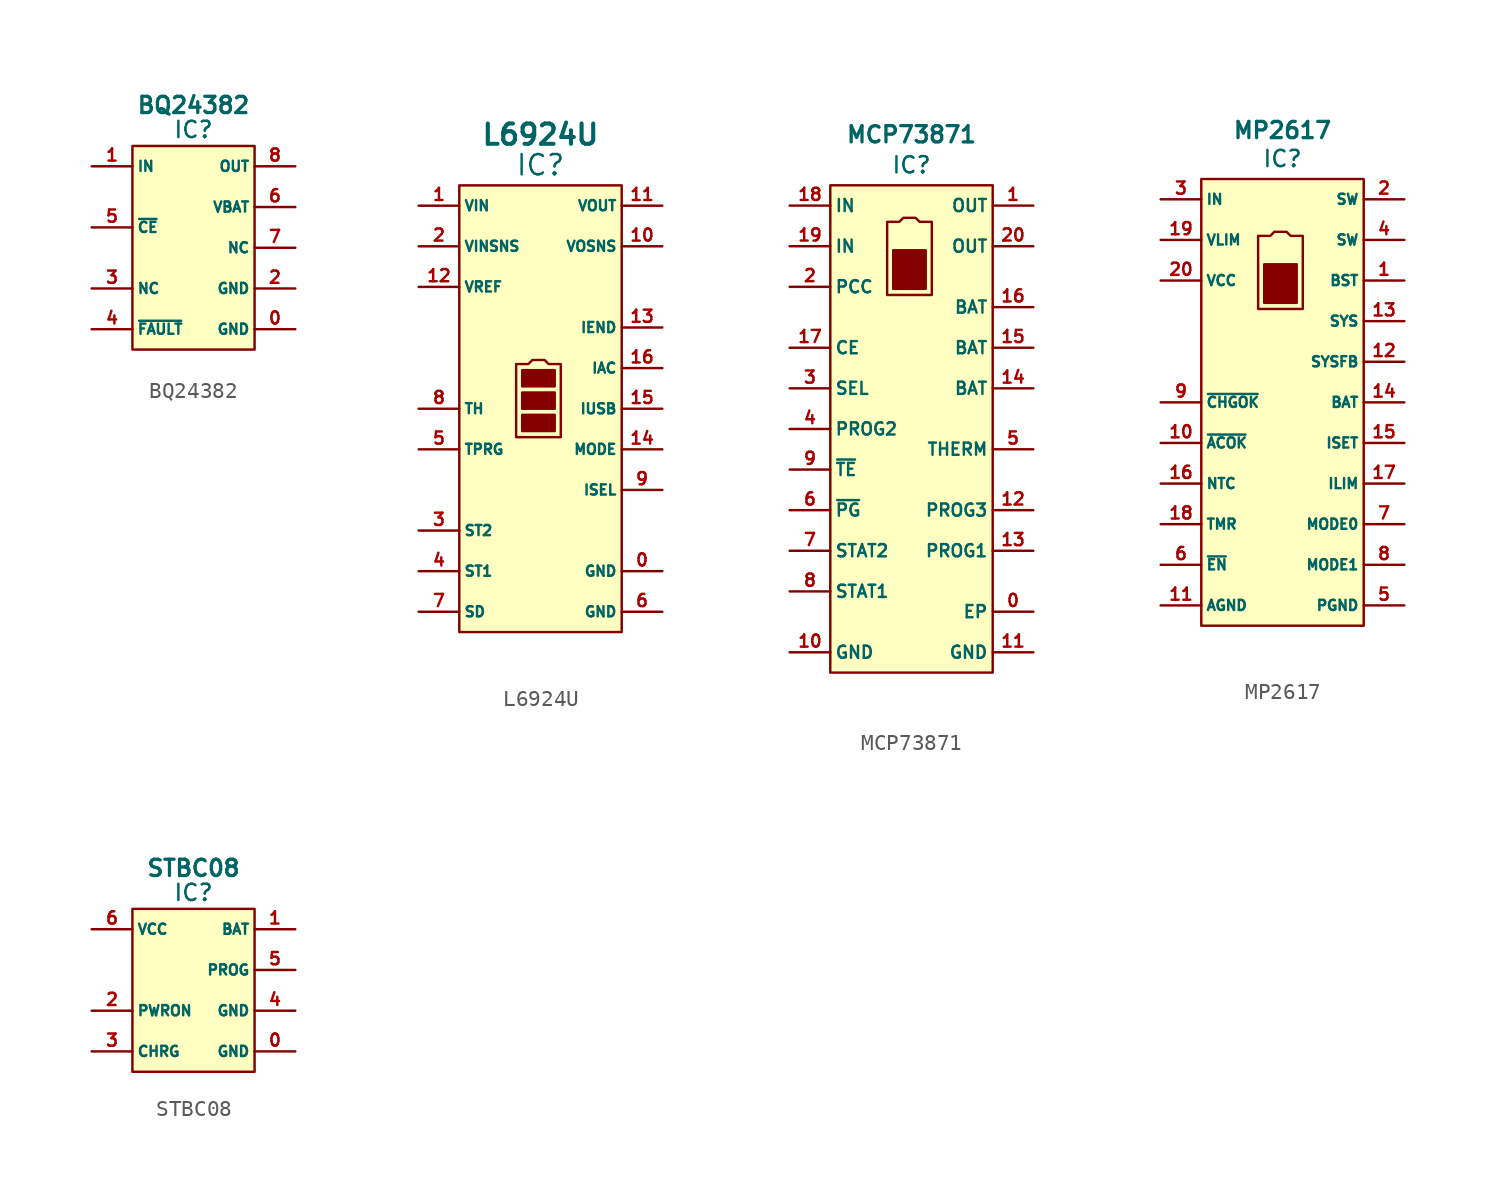
<source format=kicad_sym>
(kicad_symbol_lib
  (version 20231120)
  (generator "kicad_symbol_editor")
  (generator_version "8.0")
  (symbol "BQ24382"
    (pin_names
      (offset 0.254))
    (property "Reference" "IC"
      (at 0 7.366 0)
      (effects (font (size 1.016 1.016))))
    (property "Value" "BQ24382"
      (at 0 8.89 0)
      (effects (font (size 1.016 1.016) (bold yes))))
    (symbol "BQ24382_0_1"
      (polyline (pts (xy -3.81 6.35) (xy 3.81 6.35) (xy 3.81 -6.35) (xy -3.81 -6.35) (xy -3.81 6.35)) (stroke (width 0) (type solid)) (fill (type background))))
    (symbol "BQ24382_1_1"
      (pin power_in line (at 6.35 -5.08 180) (length 2.54) (name "GND" (effects (font (size 0.635 0.635)))) (number "0" (effects (font (size 0.762 0.762)))))
      (pin power_in line (at -6.35 5.08 0) (length 2.54) (name "IN" (effects (font (size 0.635 0.635)))) (number "1" (effects (font (size 0.762 0.762)))))
      (pin power_in line (at 6.35 -2.54 180) (length 2.54) (name "GND" (effects (font (size 0.635 0.635)))) (number "2" (effects (font (size 0.762 0.762)))))
      (pin passive line (at -6.35 -2.54 0) (length 2.54) (name "NC" (effects (font (size 0.635 0.635)))) (number "3" (effects (font (size 0.762 0.762)))))
      (pin output line (at -6.35 -5.08 0) (length 2.54) (name "~{FAULT}" (effects (font (size 0.635 0.635)))) (number "4" (effects (font (size 0.762 0.762)))))
      (pin input line (at -6.35 1.27 0) (length 2.54) (name "~{CE}" (effects (font (size 0.635 0.635)))) (number "5" (effects (font (size 0.762 0.762)))))
      (pin input line (at 6.35 2.54 180) (length 2.54) (name "VBAT" (effects (font (size 0.635 0.635)))) (number "6" (effects (font (size 0.762 0.762)))))
      (pin passive line (at 6.35 0 180) (length 2.54) (name "NC" (effects (font (size 0.635 0.635)))) (number "7" (effects (font (size 0.762 0.762)))))
      (pin power_out line (at 6.35 5.08 180) (length 2.54) (name "OUT" (effects (font (size 0.635 0.635)))) (number "8" (effects (font (size 0.762 0.762)))))))
  (symbol "L6924U"
    (pin_names
      (offset 0.254))
    (property "Reference" "IC"
      (at 0 15.24 0)
      (effects (font (size 1.27 1.27))))
    (property "Value" "L6924U"
      (at 0 17.145 0)
      (effects (font (size 1.27 1.27) (bold yes))))
    (symbol "L6924U_0_1"
      (rectangle (start -5.08 13.97) (end 5.08 -13.97) (stroke (width 0) (type solid)) (fill (type background))))
    (symbol "L6924U_1_1"
      (rectangle (start -1.143 -1.397) (end 0.889 -0.381) (stroke (width 0) (type solid)) (fill (type outline)))
      (rectangle (start -1.143 0) (end 0.889 1.016) (stroke (width 0) (type solid)) (fill (type outline)))
      (rectangle (start -1.143 1.397) (end 0.889 2.413) (stroke (width 0) (type solid)) (fill (type outline)))
      (polyline (pts (xy -1.524 -1.778) (xy -1.524 2.794) (xy -0.762 2.794) (xy -0.508 3.048) (xy 0.254 3.048) (xy 0.508 2.794) (xy 1.27 2.794) (xy 1.27 -1.778) (xy -1.524 -1.778)) (stroke (width 0) (type solid)) (fill (type none)))
      (pin power_in line (at 7.62 -10.16 180) (length 2.54) (name "GND" (effects (font (size 0.635 0.635)))) (number "0" (effects (font (size 0.762 0.762)))))
      (pin input line (at -7.62 12.7 0) (length 2.54) (name "VIN" (effects (font (size 0.635 0.635)))) (number "1" (effects (font (size 0.762 0.762)))))
      (pin passive line (at 7.62 10.16 180) (length 2.54) (name "VOSNS" (effects (font (size 0.635 0.635)))) (number "10" (effects (font (size 0.762 0.762)))))
      (pin power_out line (at 7.62 12.7 180) (length 2.54) (name "VOUT" (effects (font (size 0.635 0.635)))) (number "11" (effects (font (size 0.762 0.762)))))
      (pin power_out line (at -7.62 7.62 0) (length 2.54) (name "VREF" (effects (font (size 0.635 0.635)))) (number "12" (effects (font (size 0.762 0.762)))))
      (pin input line (at 7.62 5.08 180) (length 2.54) (name "IEND" (effects (font (size 0.635 0.635)))) (number "13" (effects (font (size 0.762 0.762)))))
      (pin input line (at 7.62 -2.54 180) (length 2.54) (name "MODE" (effects (font (size 0.635 0.635)))) (number "14" (effects (font (size 0.762 0.762)))))
      (pin input line (at 7.62 0 180) (length 2.54) (name "IUSB" (effects (font (size 0.635 0.635)))) (number "15" (effects (font (size 0.762 0.762)))))
      (pin passive line (at 7.62 2.54 180) (length 2.54) (name "IAC" (effects (font (size 0.635 0.635)))) (number "16" (effects (font (size 0.762 0.762)))))
      (pin passive line (at -7.62 10.16 0) (length 2.54) (name "VINSNS" (effects (font (size 0.635 0.635)))) (number "2" (effects (font (size 0.762 0.762)))))
      (pin output line (at -7.62 -7.62 0) (length 2.54) (name "ST2" (effects (font (size 0.635 0.635)))) (number "3" (effects (font (size 0.762 0.762)))))
      (pin output line (at -7.62 -10.16 0) (length 2.54) (name "ST1" (effects (font (size 0.635 0.635)))) (number "4" (effects (font (size 0.762 0.762)))))
      (pin passive line (at -7.62 -2.54 0) (length 2.54) (name "TPRG" (effects (font (size 0.635 0.635)))) (number "5" (effects (font (size 0.762 0.762)))))
      (pin power_in line (at 7.62 -12.7 180) (length 2.54) (name "GND" (effects (font (size 0.635 0.635)))) (number "6" (effects (font (size 0.762 0.762)))))
      (pin input line (at -7.62 -12.7 0) (length 2.54) (name "SD" (effects (font (size 0.635 0.635)))) (number "7" (effects (font (size 0.762 0.762)))))
      (pin input line (at -7.62 0 0) (length 2.54) (name "TH" (effects (font (size 0.635 0.635)))) (number "8" (effects (font (size 0.762 0.762)))))
      (pin input line (at 7.62 -5.08 180) (length 2.54) (name "ISEL" (effects (font (size 0.635 0.635)))) (number "9" (effects (font (size 0.762 0.762)))))))
  (symbol "MCP73871"
    (pin_names
      (offset 0.254))
    (property "Reference" "IC"
      (at 0 16.51 0)
      (effects (font (size 1.016 1.016))))
    (property "Value" "MCP73871"
      (at 0 18.415 0)
      (effects (font (size 1.016 1.016) (bold yes))))
    (symbol "MCP73871_0_1"
      (rectangle (start -5.08 15.24) (end 5.08 -15.24) (stroke (width 0) (type solid)) (fill (type background)))
      (rectangle (start -1.143 11.176) (end 0.889 8.763) (stroke (width 0) (type solid)) (fill (type outline)))
      (polyline (pts (xy -1.524 8.382) (xy -1.524 12.954) (xy -0.762 12.954) (xy -0.508 13.208) (xy 0.254 13.208) (xy 0.508 12.954) (xy 1.27 12.954) (xy 1.27 8.382) (xy -1.524 8.382)) (stroke (width 0) (type solid)) (fill (type none))))
    (symbol "MCP73871_1_1"
      (pin passive line (at 7.62 -11.43 180) (length 2.54) (name "EP" (effects (font (size 0.762 0.762)))) (number "0" (effects (font (size 0.762 0.762)))))
      (pin passive line (at 7.62 13.97 180) (length 2.54) (name "OUT" (effects (font (size 0.762 0.762)))) (number "1" (effects (font (size 0.762 0.762)))))
      (pin power_in line (at -7.62 -13.97 0) (length 2.54) (name "GND" (effects (font (size 0.762 0.762)))) (number "10" (effects (font (size 0.762 0.762)))))
      (pin power_in line (at 7.62 -13.97 180) (length 2.54) (name "GND" (effects (font (size 0.762 0.762)))) (number "11" (effects (font (size 0.762 0.762)))))
      (pin passive line (at 7.62 -5.08 180) (length 2.54) (name "PROG3" (effects (font (size 0.762 0.762)))) (number "12" (effects (font (size 0.762 0.762)))))
      (pin passive line (at 7.62 -7.62 180) (length 2.54) (name "PROG1" (effects (font (size 0.762 0.762)))) (number "13" (effects (font (size 0.762 0.762)))))
      (pin passive line (at 7.62 2.54 180) (length 2.54) (name "BAT" (effects (font (size 0.762 0.762)))) (number "14" (effects (font (size 0.762 0.762)))))
      (pin passive line (at 7.62 5.08 180) (length 2.54) (name "BAT" (effects (font (size 0.762 0.762)))) (number "15" (effects (font (size 0.762 0.762)))))
      (pin passive line (at 7.62 7.62 180) (length 2.54) (name "BAT" (effects (font (size 0.762 0.762)))) (number "16" (effects (font (size 0.762 0.762)))))
      (pin passive line (at -7.62 5.08 0) (length 2.54) (name "CE" (effects (font (size 0.762 0.762)))) (number "17" (effects (font (size 0.762 0.762)))))
      (pin power_in line (at -7.62 13.97 0) (length 2.54) (name "IN" (effects (font (size 0.762 0.762)))) (number "18" (effects (font (size 0.762 0.762)))))
      (pin power_in line (at -7.62 11.43 0) (length 2.54) (name "IN" (effects (font (size 0.762 0.762)))) (number "19" (effects (font (size 0.762 0.762)))))
      (pin passive line (at -7.62 8.89 0) (length 2.54) (name "PCC" (effects (font (size 0.762 0.762)))) (number "2" (effects (font (size 0.762 0.762)))))
      (pin passive line (at 7.62 11.43 180) (length 2.54) (name "OUT" (effects (font (size 0.762 0.762)))) (number "20" (effects (font (size 0.762 0.762)))))
      (pin passive line (at -7.62 2.54 0) (length 2.54) (name "SEL" (effects (font (size 0.762 0.762)))) (number "3" (effects (font (size 0.762 0.762)))))
      (pin passive line (at -7.62 0 0) (length 2.54) (name "PROG2" (effects (font (size 0.762 0.762)))) (number "4" (effects (font (size 0.762 0.762)))))
      (pin passive line (at 7.62 -1.27 180) (length 2.54) (name "THERM" (effects (font (size 0.762 0.762)))) (number "5" (effects (font (size 0.762 0.762)))))
      (pin passive line (at -7.62 -5.08 0) (length 2.54) (name "~{PG}" (effects (font (size 0.762 0.762)))) (number "6" (effects (font (size 0.762 0.762)))))
      (pin passive line (at -7.62 -7.62 0) (length 2.54) (name "STAT2" (effects (font (size 0.762 0.762)))) (number "7" (effects (font (size 0.762 0.762)))))
      (pin passive line (at -7.62 -10.16 0) (length 2.54) (name "STAT1" (effects (font (size 0.762 0.762)))) (number "8" (effects (font (size 0.762 0.762)))))
      (pin passive line (at -7.62 -2.54 0) (length 2.54) (name "~{TE}" (effects (font (size 0.762 0.762)))) (number "9" (effects (font (size 0.762 0.762)))))))
  (symbol "MP2617"
    (pin_names
      (offset 0.254))
    (property "Reference" "IC"
      (at 0 13.97 0)
      (effects (font (size 1.016 1.016))))
    (property "Value" "MP2617"
      (at 0 15.748 0)
      (effects (font (size 1.016 1.016) (bold yes))))
    (symbol "MP2617_0_1"
      (rectangle (start -5.08 12.7) (end 5.08 -15.24) (stroke (width 0) (type solid)) (fill (type background)))
      (rectangle (start -1.143 7.366) (end 0.889 4.953) (stroke (width 0) (type solid)) (fill (type outline)))
      (polyline (pts (xy -1.524 4.572) (xy -1.524 9.144) (xy -0.762 9.144) (xy -0.508 9.398) (xy 0.254 9.398) (xy 0.508 9.144) (xy 1.27 9.144) (xy 1.27 4.572) (xy -1.524 4.572)) (stroke (width 0) (type solid)) (fill (type none))))
    (symbol "MP2617_1_1"
      (pin passive line (at 7.62 6.35 180) (length 2.54) (name "BST" (effects (font (size 0.635 0.635)))) (number "1" (effects (font (size 0.762 0.762)))))
      (pin output line (at -7.62 -3.81 0) (length 2.54) (name "~{ACOK}" (effects (font (size 0.635 0.635)))) (number "10" (effects (font (size 0.762 0.762)))))
      (pin power_in line (at -7.62 -13.97 0) (length 2.54) (name "AGND" (effects (font (size 0.635 0.635)))) (number "11" (effects (font (size 0.762 0.762)))))
      (pin input line (at 7.62 1.27 180) (length 2.54) (name "SYSFB" (effects (font (size 0.635 0.635)))) (number "12" (effects (font (size 0.762 0.762)))))
      (pin input line (at 7.62 3.81 180) (length 2.54) (name "SYS" (effects (font (size 0.635 0.635)))) (number "13" (effects (font (size 0.762 0.762)))))
      (pin passive line (at 7.62 -1.27 180) (length 2.54) (name "BAT" (effects (font (size 0.635 0.635)))) (number "14" (effects (font (size 0.762 0.762)))))
      (pin input line (at 7.62 -3.81 180) (length 2.54) (name "ISET" (effects (font (size 0.635 0.635)))) (number "15" (effects (font (size 0.762 0.762)))))
      (pin input line (at -7.62 -6.35 0) (length 2.54) (name "NTC" (effects (font (size 0.635 0.635)))) (number "16" (effects (font (size 0.762 0.762)))))
      (pin input line (at 7.62 -6.35 180) (length 2.54) (name "ILIM" (effects (font (size 0.635 0.635)))) (number "17" (effects (font (size 0.762 0.762)))))
      (pin passive line (at -7.62 -8.89 0) (length 2.54) (name "TMR" (effects (font (size 0.635 0.635)))) (number "18" (effects (font (size 0.762 0.762)))))
      (pin input line (at -7.62 8.89 0) (length 2.54) (name "VLIM" (effects (font (size 0.635 0.635)))) (number "19" (effects (font (size 0.762 0.762)))))
      (pin power_out line (at 7.62 11.43 180) (length 2.54) (name "SW" (effects (font (size 0.635 0.635)))) (number "2" (effects (font (size 0.762 0.762)))))
      (pin power_out line (at -7.62 6.35 0) (length 2.54) (name "VCC" (effects (font (size 0.635 0.635)))) (number "20" (effects (font (size 0.762 0.762)))))
      (pin power_in line (at -7.62 11.43 0) (length 2.54) (name "IN" (effects (font (size 0.635 0.635)))) (number "3" (effects (font (size 0.762 0.762)))))
      (pin passive line (at 7.62 8.89 180) (length 2.54) (name "SW" (effects (font (size 0.635 0.635)))) (number "4" (effects (font (size 0.762 0.762)))))
      (pin power_in line (at 7.62 -13.97 180) (length 2.54) (name "PGND" (effects (font (size 0.635 0.635)))) (number "5" (effects (font (size 0.762 0.762)))))
      (pin input line (at -7.62 -11.43 0) (length 2.54) (name "~{EN}" (effects (font (size 0.635 0.635)))) (number "6" (effects (font (size 0.762 0.762)))))
      (pin input line (at 7.62 -8.89 180) (length 2.54) (name "MODE0" (effects (font (size 0.635 0.635)))) (number "7" (effects (font (size 0.762 0.762)))))
      (pin input line (at 7.62 -11.43 180) (length 2.54) (name "MODE1" (effects (font (size 0.635 0.635)))) (number "8" (effects (font (size 0.762 0.762)))))
      (pin output line (at -7.62 -1.27 0) (length 2.54) (name "~{CHGOK}" (effects (font (size 0.635 0.635)))) (number "9" (effects (font (size 0.762 0.762)))))))
  (symbol "STBC08"
    (pin_names
      (offset 0.254))
    (property "Reference" "IC"
      (at 0 6.096 0)
      (effects (font (size 1.016 1.016))))
    (property "Value" "STBC08"
      (at 0 7.62 0)
      (effects (font (size 1.016 1.016) (bold yes))))
    (symbol "STBC08_0_1"
      (polyline (pts (xy -3.81 5.08) (xy 3.81 5.08) (xy 3.81 -5.08) (xy -3.81 -5.08) (xy -3.81 5.08)) (stroke (width 0) (type solid)) (fill (type background))))
    (symbol "STBC08_1_1"
      (pin input line (at 6.35 -3.81 180) (length 2.54) (name "GND" (effects (font (size 0.635 0.635)))) (number "0" (effects (font (size 0.762 0.762)))))
      (pin power_out line (at 6.35 3.81 180) (length 2.54) (name "BAT" (effects (font (size 0.635 0.635)))) (number "1" (effects (font (size 0.762 0.762)))))
      (pin output line (at -6.35 -1.27 0) (length 2.54) (name "PWRON" (effects (font (size 0.635 0.635)))) (number "2" (effects (font (size 0.762 0.762)))))
      (pin output line (at -6.35 -3.81 0) (length 2.54) (name "CHRG" (effects (font (size 0.635 0.635)))) (number "3" (effects (font (size 0.762 0.762)))))
      (pin input line (at 6.35 -1.27 180) (length 2.54) (name "GND" (effects (font (size 0.635 0.635)))) (number "4" (effects (font (size 0.762 0.762)))))
      (pin input line (at 6.35 1.27 180) (length 2.54) (name "PROG" (effects (font (size 0.635 0.635)))) (number "5" (effects (font (size 0.762 0.762)))))
      (pin power_in line (at -6.35 3.81 0) (length 2.54) (name "VCC" (effects (font (size 0.635 0.635)))) (number "6" (effects (font (size 0.762 0.762))))))))
</source>
